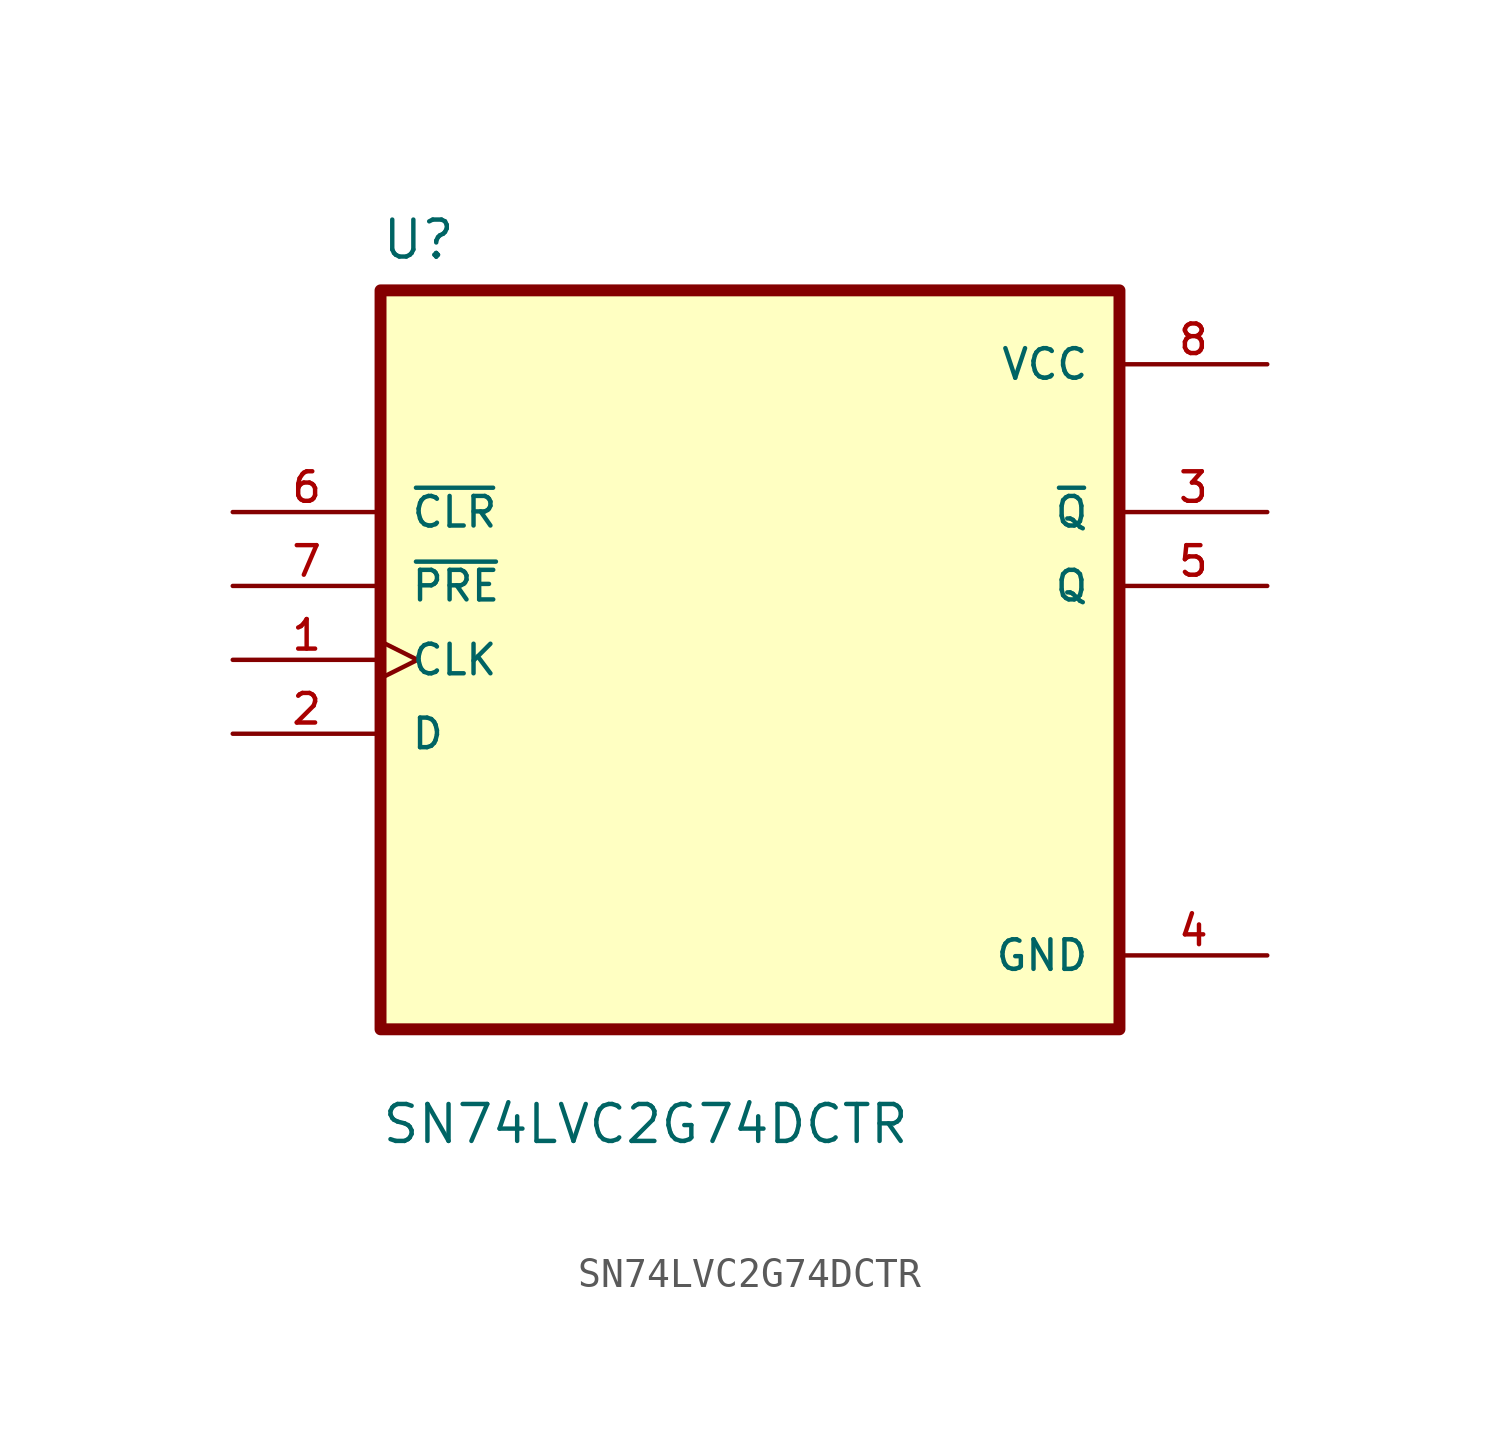
<source format=kicad_sym>
(kicad_symbol_lib
  (version 20211014)
  (generator kicad_symbol_editor)
  (symbol "SN74LVC2G74DCTR"
    (pin_names
      (offset 1.016))
    (property "Reference" "U"
      (at -12.7 13.7 0.0)
      (effects (font (size 1.27 1.27)) (justify bottom left)))
    (property "Value" "SN74LVC2G74DCTR"
      (at -12.7 -16.7 0.0)
      (effects (font (size 1.27 1.27)) (justify bottom left)))
    (symbol "SN74LVC2G74DCTR_0_0"
      (rectangle (start -12.7 -12.7) (end 12.7 12.7) (stroke (width 0.41)) (fill (type background)))
      (pin input line (at -17.78 5.08 0) (length 5.08) (name "~{CLR}" (effects (font (size 1.016 1.016)))) (number "6" (effects (font (size 1.016 1.016)))))
      (pin input line (at -17.78 2.54 0) (length 5.08) (name "~{PRE}" (effects (font (size 1.016 1.016)))) (number "7" (effects (font (size 1.016 1.016)))))
      (pin input clock (at -17.78 -8.88178e-16 0) (length 5.08) (name "CLK" (effects (font (size 1.016 1.016)))) (number "1" (effects (font (size 1.016 1.016)))))
      (pin input line (at -17.78 -2.54 0) (length 5.08) (name "D" (effects (font (size 1.016 1.016)))) (number "2" (effects (font (size 1.016 1.016)))))
      (pin power_in line (at 17.78 10.16 180.0) (length 5.08) (name "VCC" (effects (font (size 1.016 1.016)))) (number "8" (effects (font (size 1.016 1.016)))))
      (pin output line (at 17.78 5.08 180.0) (length 5.08) (name "~{Q}" (effects (font (size 1.016 1.016)))) (number "3" (effects (font (size 1.016 1.016)))))
      (pin output line (at 17.78 2.54 180.0) (length 5.08) (name "Q" (effects (font (size 1.016 1.016)))) (number "5" (effects (font (size 1.016 1.016)))))
      (pin power_in line (at 17.78 -10.16 180.0) (length 5.08) (name "GND" (effects (font (size 1.016 1.016)))) (number "4" (effects (font (size 1.016 1.016))))))))
</source>
